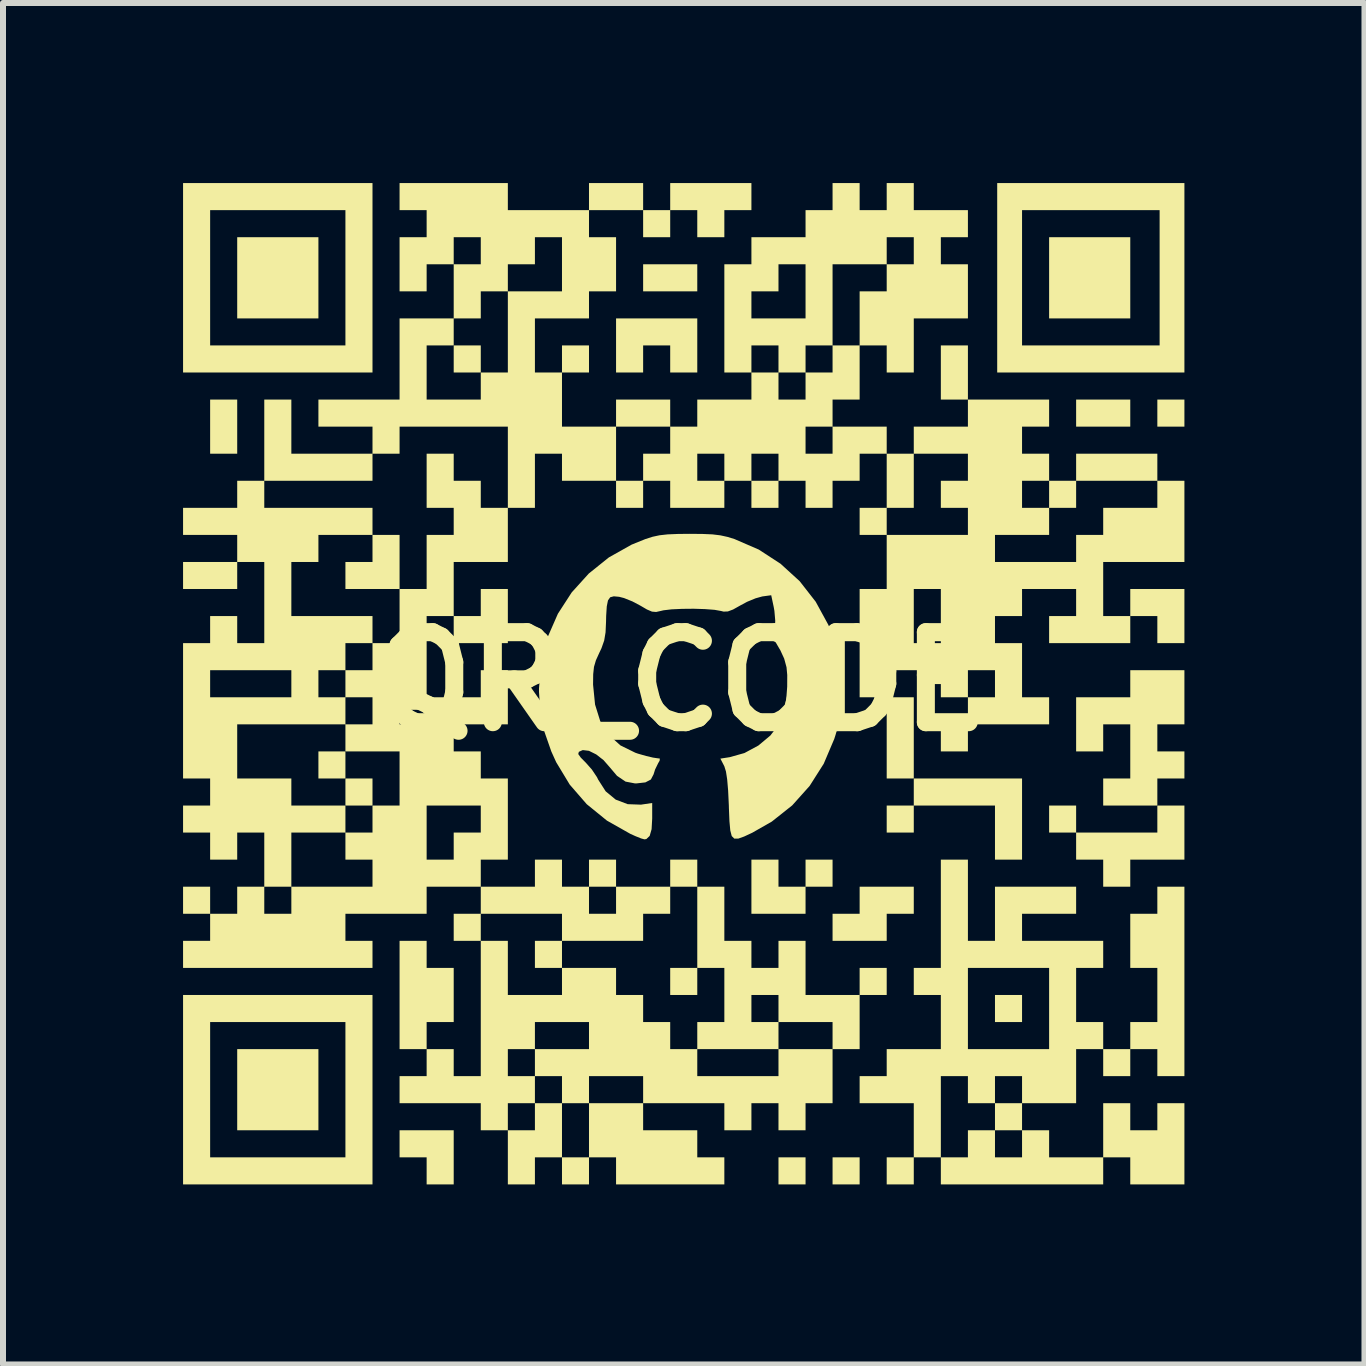
<source format=kicad_pcb>
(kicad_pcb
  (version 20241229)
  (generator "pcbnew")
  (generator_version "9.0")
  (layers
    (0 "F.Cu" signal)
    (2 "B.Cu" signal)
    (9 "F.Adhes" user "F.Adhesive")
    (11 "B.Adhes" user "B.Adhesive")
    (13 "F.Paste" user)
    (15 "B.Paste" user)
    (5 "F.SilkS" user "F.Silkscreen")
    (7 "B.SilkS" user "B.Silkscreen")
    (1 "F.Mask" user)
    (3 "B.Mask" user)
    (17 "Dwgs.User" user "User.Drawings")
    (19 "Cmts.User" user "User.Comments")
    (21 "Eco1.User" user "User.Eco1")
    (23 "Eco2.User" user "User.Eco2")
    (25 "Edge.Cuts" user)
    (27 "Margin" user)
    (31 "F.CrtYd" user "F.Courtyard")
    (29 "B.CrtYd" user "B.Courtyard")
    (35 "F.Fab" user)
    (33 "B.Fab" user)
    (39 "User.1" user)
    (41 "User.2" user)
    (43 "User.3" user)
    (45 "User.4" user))
  (footprint "QR_CODE"
    (layer "F.Cu")
    (at 8.304 8.304)
    (property "Reference" "QR_CODE" (at 0 0 0) (layer "F.SilkS") (effects (font (size 1.5 1.5) (thickness 0.3))))
    (attr board_only exclude_from_pos_files exclude_from_bom)
    (fp_poly (pts (xy -7.402 -4.246) (xy -7.402 -3.795) (xy -7.628 -3.795) (xy -7.853 -3.795) (xy -7.853 -4.246) (xy -7.853 -4.697) (xy -7.628 -4.697) (xy -7.402 -4.697)) (stroke (width 0) (type solid)) (fill yes) (layer "F.SilkS"))
    (fp_poly (pts (xy -6.049 -6.726) (xy -6.049 -6.049) (xy -6.726 -6.049) (xy -7.402 -6.049) (xy -7.402 -6.726) (xy -7.402 -7.402) (xy -6.726 -7.402) (xy -6.049 -7.402)) (stroke (width 0) (type solid)) (fill yes) (layer "F.SilkS"))
    (fp_poly (pts (xy -6.049 6.801) (xy -6.049 7.477) (xy -6.726 7.477) (xy -7.402 7.477) (xy -7.402 6.801) (xy -7.402 6.125) (xy -6.726 6.125) (xy -6.049 6.125)) (stroke (width 0) (type solid)) (fill yes) (layer "F.SilkS"))
    (fp_poly (pts (xy -5.599 1.39) (xy -5.599 1.616) (xy -5.824 1.616) (xy -6.049 1.616) (xy -6.049 1.39) (xy -6.049 1.165) (xy -5.824 1.165) (xy -5.599 1.165)) (stroke (width 0) (type solid)) (fill yes) (layer "F.SilkS"))
    (fp_poly (pts (xy -5.148 1.841) (xy -5.148 2.067) (xy -5.373 2.067) (xy -5.599 2.067) (xy -5.599 1.841) (xy -5.599 1.616) (xy -5.373 1.616) (xy -5.148 1.616)) (stroke (width 0) (type solid)) (fill yes) (layer "F.SilkS"))
    (fp_poly (pts (xy -3.344 -5.373) (xy -3.344 -5.148) (xy -3.57 -5.148) (xy -3.795 -5.148) (xy -3.795 -5.373) (xy -3.795 -5.599) (xy -3.57 -5.599) (xy -3.344 -5.599)) (stroke (width 0) (type solid)) (fill yes) (layer "F.SilkS"))
    (fp_poly (pts (xy -1.991 4.546) (xy -1.991 4.772) (xy -2.217 4.772) (xy -2.442 4.772) (xy -2.442 4.546) (xy -2.442 4.321) (xy -2.217 4.321) (xy -1.991 4.321)) (stroke (width 0) (type solid)) (fill yes) (layer "F.SilkS"))
    (fp_poly (pts (xy 0.263 -6.726) (xy 0.263 -6.5) (xy -0.188 -6.5) (xy -0.639 -6.5) (xy -0.639 -6.726) (xy -0.639 -6.951) (xy -0.188 -6.951) (xy 0.263 -6.951)) (stroke (width 0) (type solid)) (fill yes) (layer "F.SilkS"))
    (fp_poly (pts (xy 0.263 4.997) (xy 0.263 5.223) (xy 0.038 5.223) (xy -0.188 5.223) (xy -0.188 4.997) (xy -0.188 4.772) (xy 0.038 4.772) (xy 0.263 4.772)) (stroke (width 0) (type solid)) (fill yes) (layer "F.SilkS"))
    (fp_poly (pts (xy 2.067 8.154) (xy 2.067 8.379) (xy 1.841 8.379) (xy 1.616 8.379) (xy 1.616 8.154) (xy 1.616 7.928) (xy 1.841 7.928) (xy 2.067 7.928)) (stroke (width 0) (type solid)) (fill yes) (layer "F.SilkS"))
    (fp_poly (pts (xy 2.968 8.154) (xy 2.968 8.379) (xy 2.743 8.379) (xy 2.517 8.379) (xy 2.517 8.154) (xy 2.517 7.928) (xy 2.743 7.928) (xy 2.968 7.928)) (stroke (width 0) (type solid)) (fill yes) (layer "F.SilkS"))
    (fp_poly (pts (xy 3.87 0.939) (xy 3.87 1.616) (xy 3.645 1.616) (xy 3.419 1.616) (xy 3.419 0.939) (xy 3.419 0.263) (xy 3.645 0.263) (xy 3.87 0.263)) (stroke (width 0) (type solid)) (fill yes) (layer "F.SilkS"))
    (fp_poly (pts (xy 4.772 -5.148) (xy 4.772 -4.697) (xy 4.546 -4.697) (xy 4.321 -4.697) (xy 4.321 -5.148) (xy 4.321 -5.599) (xy 4.546 -5.599) (xy 4.772 -5.599)) (stroke (width 0) (type solid)) (fill yes) (layer "F.SilkS"))
    (fp_poly (pts (xy 5.674 5.448) (xy 5.674 5.674) (xy 5.448 5.674) (xy 5.223 5.674) (xy 5.223 5.448) (xy 5.223 5.223) (xy 5.448 5.223) (xy 5.674 5.223)) (stroke (width 0) (type solid)) (fill yes) (layer "F.SilkS"))
    (fp_poly (pts (xy 7.477 -6.726) (xy 7.477 -6.049) (xy 6.801 -6.049) (xy 6.125 -6.049) (xy 6.125 -6.726) (xy 6.125 -7.402) (xy 6.801 -7.402) (xy 7.477 -7.402)) (stroke (width 0) (type solid)) (fill yes) (layer "F.SilkS"))
    (fp_poly (pts (xy 7.477 -4.471) (xy 7.477 -4.246) (xy 7.026 -4.246) (xy 6.575 -4.246) (xy 6.575 -4.471) (xy 6.575 -4.697) (xy 7.026 -4.697) (xy 7.477 -4.697)) (stroke (width 0) (type solid)) (fill yes) (layer "F.SilkS"))
    (fp_poly (pts (xy 8.379 -4.471) (xy 8.379 -4.246) (xy 8.154 -4.246) (xy 7.928 -4.246) (xy 7.928 -4.471) (xy 7.928 -4.697) (xy 8.154 -4.697) (xy 8.379 -4.697)) (stroke (width 0) (type solid)) (fill yes) (layer "F.SilkS"))
    (fp_poly (pts (xy -4.697 -1.991) (xy -4.697 -1.541) (xy -5.148 -1.541) (xy -5.599 -1.541) (xy -5.599 -1.766) (xy -5.599 -1.991) (xy -5.373 -1.991) (xy -5.148 -1.991) (xy -5.148 -2.217) (xy -5.148 -2.442) (xy -4.922 -2.442) (xy -4.697 -2.442)) (stroke (width 0) (type solid)) (fill yes) (layer "F.SilkS"))
    (fp_poly (pts (xy -3.795 7.928) (xy -3.795 8.379) (xy -4.02 8.379) (xy -4.246 8.379) (xy -4.246 8.154) (xy -4.246 7.928) (xy -4.471 7.928) (xy -4.697 7.928) (xy -4.697 7.703) (xy -4.697 7.477) (xy -4.246 7.477) (xy -3.795 7.477)) (stroke (width 0) (type solid)) (fill yes) (layer "F.SilkS"))
    (fp_poly (pts (xy -4.246 4.546) (xy -4.246 4.772) (xy -4.02 4.772) (xy -3.795 4.772) (xy -3.795 5.223) (xy -3.795 5.674) (xy -4.02 5.674) (xy -4.246 5.674) (xy -4.246 5.899) (xy -4.246 6.125) (xy -4.471 6.125) (xy -4.697 6.125) (xy -4.697 5.223) (xy -4.697 4.321) (xy -4.471 4.321) (xy -4.246 4.321)) (stroke (width 0) (type solid)) (fill yes) (layer "F.SilkS"))
    (fp_poly (pts (xy 0.263 -5.599) (xy 0.263 -5.148) (xy 0.038 -5.148) (xy -0.188 -5.148) (xy -0.188 -5.373) (xy -0.188 -5.599) (xy -0.413 -5.599) (xy -0.639 -5.599) (xy -0.639 -5.373) (xy -0.639 -5.148) (xy -0.864 -5.148) (xy -1.09 -5.148) (xy -1.09 -5.599) (xy -1.09 -6.049) (xy -0.413 -6.049) (xy 0.263 -6.049)) (stroke (width 0) (type solid)) (fill yes) (layer "F.SilkS"))
    (fp_poly (pts (xy 3.87 3.645) (xy 3.87 3.87) (xy 3.645 3.87) (xy 3.419 3.87) (xy 3.419 4.096) (xy 3.419 4.321) (xy 2.968 4.321) (xy 2.517 4.321) (xy 2.517 4.096) (xy 2.517 3.87) (xy 2.743 3.87) (xy 2.968 3.87) (xy 2.968 3.645) (xy 2.968 3.419) (xy 3.419 3.419) (xy 3.87 3.419)) (stroke (width 0) (type solid)) (fill yes) (layer "F.SilkS"))
    (fp_poly (pts (xy -5.148 -6.726) (xy -5.148 -5.148) (xy -6.726 -5.148) (xy -8.304 -5.148) (xy -8.304 -6.726) (xy -7.853 -6.726) (xy -7.853 -5.599) (xy -6.726 -5.599) (xy -5.599 -5.599) (xy -5.599 -6.726) (xy -5.599 -7.853) (xy -6.726 -7.853) (xy -7.853 -7.853) (xy -7.853 -6.726) (xy -8.304 -6.726) (xy -8.304 -8.304) (xy -6.726 -8.304) (xy -5.148 -8.304)) (stroke (width 0) (type solid)) (fill yes) (layer "F.SilkS"))
    (fp_poly (pts (xy -5.148 6.801) (xy -5.148 8.379) (xy -6.726 8.379) (xy -8.304 8.379) (xy -8.304 6.801) (xy -7.853 6.801) (xy -7.853 7.928) (xy -6.726 7.928) (xy -5.599 7.928) (xy -5.599 6.801) (xy -5.599 5.674) (xy -6.726 5.674) (xy -7.853 5.674) (xy -7.853 6.801) (xy -8.304 6.801) (xy -8.304 5.223) (xy -6.726 5.223) (xy -5.148 5.223)) (stroke (width 0) (type solid)) (fill yes) (layer "F.SilkS"))
    (fp_poly (pts (xy 8.379 -6.726) (xy 8.379 -5.148) (xy 6.82 -5.148) (xy 5.26 -5.148) (xy 5.26 -6.726) (xy 5.674 -6.726) (xy 5.674 -5.599) (xy 6.82 -5.599) (xy 7.966 -5.599) (xy 7.966 -6.726) (xy 7.966 -7.853) (xy 6.82 -7.853) (xy 5.674 -7.853) (xy 5.674 -6.726) (xy 5.26 -6.726) (xy 5.26 -8.304) (xy 6.82 -8.304) (xy 8.379 -8.304)) (stroke (width 0) (type solid)) (fill yes) (layer "F.SilkS"))
    (fp_poly (pts (xy 1.616 3.194) (xy 1.616 3.419) (xy 1.841 3.419) (xy 2.067 3.419) (xy 2.067 3.194) (xy 2.067 2.968) (xy 2.292 2.968) (xy 2.517 2.968) (xy 2.517 3.194) (xy 2.517 3.419) (xy 2.292 3.419) (xy 2.067 3.419) (xy 2.067 3.645) (xy 2.067 3.87) (xy 1.616 3.87) (xy 1.165 3.87) (xy 1.165 3.419) (xy 1.165 2.968) (xy 1.39 2.968) (xy 1.616 2.968)) (stroke (width 0) (type solid)) (fill yes) (layer "F.SilkS"))
    (fp_poly (pts (xy 5.674 2.292) (xy 5.674 2.968) (xy 5.448 2.968) (xy 5.223 2.968) (xy 5.223 2.517) (xy 5.223 2.067) (xy 4.546 2.067) (xy 3.87 2.067) (xy 3.87 2.292) (xy 3.87 2.517) (xy 3.645 2.517) (xy 3.419 2.517) (xy 3.419 2.292) (xy 3.419 2.067) (xy 3.645 2.067) (xy 3.87 2.067) (xy 3.87 1.841) (xy 3.87 1.616) (xy 4.772 1.616) (xy 5.674 1.616)) (stroke (width 0) (type solid)) (fill yes) (layer "F.SilkS"))
    (fp_poly (pts (xy 6.575 2.292) (xy 6.575 2.517) (xy 7.252 2.517) (xy 7.928 2.517) (xy 7.928 2.292) (xy 7.928 2.067) (xy 8.154 2.067) (xy 8.379 2.067) (xy 8.379 2.517) (xy 8.379 2.968) (xy 7.928 2.968) (xy 7.477 2.968) (xy 7.477 3.194) (xy 7.477 3.419) (xy 7.252 3.419) (xy 7.026 3.419) (xy 7.026 3.194) (xy 7.026 2.968) (xy 6.801 2.968) (xy 6.575 2.968) (xy 6.575 2.743) (xy 6.575 2.517) (xy 6.35 2.517) (xy 6.125 2.517) (xy 6.125 2.292) (xy 6.125 2.067) (xy 6.35 2.067) (xy 6.575 2.067)) (stroke (width 0) (type solid)) (fill yes) (layer "F.SilkS"))
    (fp_poly (pts (xy 8.379 0.263) (xy 8.379 0.714) (xy 8.154 0.714) (xy 7.928 0.714) (xy 7.928 0.939) (xy 7.928 1.165) (xy 8.154 1.165) (xy 8.379 1.165) (xy 8.379 1.39) (xy 8.379 1.616) (xy 8.154 1.616) (xy 7.928 1.616) (xy 7.928 1.841) (xy 7.928 2.067) (xy 7.477 2.067) (xy 7.026 2.067) (xy 7.026 1.841) (xy 7.026 1.616) (xy 7.252 1.616) (xy 7.477 1.616) (xy 7.477 1.165) (xy 7.477 0.714) (xy 7.252 0.714) (xy 7.026 0.714) (xy 7.026 0.939) (xy 7.026 1.165) (xy 6.801 1.165) (xy 6.575 1.165) (xy 6.575 0.714) (xy 6.575 0.263) (xy 7.026 0.263) (xy 7.477 0.263) (xy 7.477 0.038) (xy 7.477 -0.188) (xy 7.928 -0.188) (xy 8.379 -0.188)) (stroke (width 0) (type solid)) (fill yes) (layer "F.SilkS"))
    (fp_poly (pts (xy 0.351 -2.458) (xy 0.516 -2.451) (xy 0.647 -2.435) (xy 0.766 -2.409) (xy 0.883 -2.373) (xy 1.287 -2.198) (xy 1.65 -1.962) (xy 1.969 -1.671) (xy 2.236 -1.329) (xy 2.448 -0.941) (xy 2.547 -0.687) (xy 2.588 -0.558) (xy 2.615 -0.443) (xy 2.632 -0.321) (xy 2.641 -0.174) (xy 2.645 0.02) (xy 2.645 0.132) (xy 2.643 0.353) (xy 2.637 0.519) (xy 2.624 0.651) (xy 2.602 0.767) (xy 2.567 0.889) (xy 2.545 0.958) (xy 2.37 1.37) (xy 2.135 1.74) (xy 1.845 2.064) (xy 1.505 2.334) (xy 1.179 2.52) (xy 1.044 2.583) (xy 0.946 2.618) (xy 0.88 2.618) (xy 0.837 2.575) (xy 0.813 2.482) (xy 0.799 2.329) (xy 0.79 2.111) (xy 0.789 2.066) (xy 0.777 1.816) (xy 0.761 1.63) (xy 0.741 1.5) (xy 0.714 1.413) (xy 0.709 1.403) (xy 0.648 1.285) (xy 0.803 1.261) (xy 1.049 1.192) (xy 1.281 1.067) (xy 1.481 0.9) (xy 1.632 0.703) (xy 1.679 0.609) (xy 1.718 0.473) (xy 1.746 0.29) (xy 1.761 0.087) (xy 1.762 -0.108) (xy 1.75 -0.237) (xy 1.711 -0.381) (xy 1.646 -0.522) (xy 1.629 -0.55) (xy 1.568 -0.655) (xy 1.548 -0.752) (xy 1.556 -0.867) (xy 1.562 -1.013) (xy 1.548 -1.176) (xy 1.537 -1.239) (xy 1.495 -1.437) (xy 1.347 -1.417) (xy 1.235 -1.386) (xy 1.094 -1.328) (xy 0.984 -1.269) (xy 0.859 -1.199) (xy 0.773 -1.167) (xy 0.702 -1.164) (xy 0.657 -1.175) (xy 0.55 -1.194) (xy 0.391 -1.206) (xy 0.204 -1.212) (xy 0.011 -1.21) (xy -0.165 -1.202) (xy -0.3 -1.186) (xy -0.342 -1.176) (xy -0.423 -1.158) (xy -0.492 -1.164) (xy -0.576 -1.2) (xy -0.682 -1.262) (xy -0.818 -1.334) (xy -0.957 -1.39) (xy -1.039 -1.411) (xy -1.128 -1.419) (xy -1.188 -1.403) (xy -1.225 -1.35) (xy -1.245 -1.25) (xy -1.255 -1.091) (xy -1.257 -0.996) (xy -1.265 -0.818) (xy -1.288 -0.682) (xy -1.333 -0.554) (xy -1.37 -0.476) (xy -1.426 -0.352) (xy -1.458 -0.243) (xy -1.471 -0.121) (xy -1.473 0.046) (xy -1.473 0.054) (xy -1.44 0.384) (xy -1.353 0.663) (xy -1.212 0.89) (xy -1.017 1.065) (xy -0.769 1.187) (xy -0.726 1.202) (xy -0.59 1.241) (xy -0.475 1.268) (xy -0.408 1.278) (xy -0.361 1.284) (xy -0.364 1.319) (xy -0.389 1.362) (xy -0.44 1.467) (xy -0.465 1.547) (xy -0.51 1.633) (xy -0.601 1.681) (xy -0.75 1.698) (xy -0.775 1.698) (xy -0.932 1.668) (xy -1.074 1.572) (xy -1.195 1.429) (xy -1.299 1.31) (xy -1.421 1.215) (xy -1.542 1.155) (xy -1.642 1.143) (xy -1.653 1.146) (xy -1.71 1.172) (xy -1.72 1.209) (xy -1.678 1.268) (xy -1.592 1.355) (xy -1.493 1.467) (xy -1.408 1.594) (xy -1.388 1.635) (xy -1.263 1.83) (xy -1.096 1.968) (xy -0.896 2.044) (xy -0.675 2.052) (xy -0.655 2.049) (xy -0.488 2.024) (xy -0.488 2.282) (xy -0.498 2.461) (xy -0.53 2.573) (xy -0.585 2.625) (xy -0.618 2.63) (xy -0.672 2.615) (xy -0.769 2.576) (xy -0.853 2.538) (xy -1.242 2.318) (xy -1.579 2.044) (xy -1.862 1.718) (xy -2.088 1.344) (xy -2.169 1.165) (xy -2.285 0.833) (xy -2.351 0.515) (xy -2.374 0.173) (xy -2.374 0.115) (xy -2.337 -0.322) (xy -2.23 -0.739) (xy -2.059 -1.129) (xy -1.829 -1.484) (xy -1.544 -1.799) (xy -1.21 -2.067) (xy -0.831 -2.28) (xy -0.601 -2.373) (xy -0.482 -2.411) (xy -0.366 -2.436) (xy -0.232 -2.451) (xy -0.06 -2.458) (xy 0.132 -2.46)) (stroke (width 0) (type solid)) (fill yes) (layer "F.SilkS"))
    (fp_poly (pts (xy 4.772 3.645) (xy 4.772 4.321) (xy 4.997 4.321) (xy 5.223 4.321) (xy 5.223 3.87) (xy 5.223 3.419) (xy 5.899 3.419) (xy 6.575 3.419) (xy 6.575 3.645) (xy 6.575 3.87) (xy 6.125 3.87) (xy 5.674 3.87) (xy 5.674 4.096) (xy 5.674 4.321) (xy 6.35 4.321) (xy 7.026 4.321) (xy 7.026 4.546) (xy 7.026 4.772) (xy 6.801 4.772) (xy 6.575 4.772) (xy 6.575 5.223) (xy 6.575 5.674) (xy 6.801 5.674) (xy 7.026 5.674) (xy 7.026 5.899) (xy 7.026 6.125) (xy 7.252 6.125) (xy 7.477 6.125) (xy 7.477 5.899) (xy 7.477 5.674) (xy 7.703 5.674) (xy 7.928 5.674) (xy 7.928 5.223) (xy 7.928 4.772) (xy 7.703 4.772) (xy 7.477 4.772) (xy 7.477 4.321) (xy 7.477 3.87) (xy 7.703 3.87) (xy 7.928 3.87) (xy 7.928 3.645) (xy 7.928 3.419) (xy 8.154 3.419) (xy 8.379 3.419) (xy 8.379 4.997) (xy 8.379 6.575) (xy 8.154 6.575) (xy 7.928 6.575) (xy 7.928 6.35) (xy 7.928 6.125) (xy 7.703 6.125) (xy 7.477 6.125) (xy 7.477 6.35) (xy 7.477 6.575) (xy 7.252 6.575) (xy 7.026 6.575) (xy 7.026 6.35) (xy 7.026 6.125) (xy 6.801 6.125) (xy 6.575 6.125) (xy 6.575 6.575) (xy 6.575 7.026) (xy 6.125 7.026) (xy 5.674 7.026) (xy 5.674 7.252) (xy 5.674 7.477) (xy 5.448 7.477) (xy 5.223 7.477) (xy 5.223 7.703) (xy 5.223 7.928) (xy 5.448 7.928) (xy 5.674 7.928) (xy 5.674 7.703) (xy 5.674 7.477) (xy 5.899 7.477) (xy 6.125 7.477) (xy 6.125 7.703) (xy 6.125 7.928) (xy 6.575 7.928) (xy 7.026 7.928) (xy 7.026 7.477) (xy 7.026 7.026) (xy 7.252 7.026) (xy 7.477 7.026) (xy 7.477 7.252) (xy 7.477 7.477) (xy 7.703 7.477) (xy 7.928 7.477) (xy 7.928 7.252) (xy 7.928 7.026) (xy 8.154 7.026) (xy 8.379 7.026) (xy 8.379 7.703) (xy 8.379 8.379) (xy 7.928 8.379) (xy 7.477 8.379) (xy 7.477 8.154) (xy 7.477 7.928) (xy 7.252 7.928) (xy 7.026 7.928) (xy 7.026 8.154) (xy 7.026 8.379) (xy 5.674 8.379) (xy 4.321 8.379) (xy 4.321 8.154) (xy 4.321 7.928) (xy 4.096 7.928) (xy 3.87 7.928) (xy 3.87 8.154) (xy 3.87 8.379) (xy 3.645 8.379) (xy 3.419 8.379) (xy 3.419 8.154) (xy 3.419 7.928) (xy 3.645 7.928) (xy 3.87 7.928) (xy 3.87 7.477) (xy 3.87 7.252) (xy 4.321 7.252) (xy 4.321 7.928) (xy 4.546 7.928) (xy 4.772 7.928) (xy 4.772 7.703) (xy 4.772 7.477) (xy 4.997 7.477) (xy 5.223 7.477) (xy 5.223 7.252) (xy 5.223 7.026) (xy 5.448 7.026) (xy 5.674 7.026) (xy 5.674 6.801) (xy 5.674 6.575) (xy 5.448 6.575) (xy 5.223 6.575) (xy 5.223 6.801) (xy 5.223 7.026) (xy 4.997 7.026) (xy 4.772 7.026) (xy 4.772 6.801) (xy 4.772 6.575) (xy 4.546 6.575) (xy 4.321 6.575) (xy 4.321 7.252) (xy 3.87 7.252) (xy 3.87 7.026) (xy 3.419 7.026) (xy 2.968 7.026) (xy 2.968 6.801) (xy 2.968 6.575) (xy 3.194 6.575) (xy 3.419 6.575) (xy 3.419 6.35) (xy 3.419 6.125) (xy 3.87 6.125) (xy 4.321 6.125) (xy 4.321 5.674) (xy 4.321 5.448) (xy 4.772 5.448) (xy 4.772 6.125) (xy 5.448 6.125) (xy 6.125 6.125) (xy 6.125 5.448) (xy 6.125 4.772) (xy 5.448 4.772) (xy 4.772 4.772) (xy 4.772 5.448) (xy 4.321 5.448) (xy 4.321 5.223) (xy 4.096 5.223) (xy 3.87 5.223) (xy 3.87 4.997) (xy 3.87 4.772) (xy 4.096 4.772) (xy 4.321 4.772) (xy 4.321 3.87) (xy 4.321 2.968) (xy 4.546 2.968) (xy 4.772 2.968)) (stroke (width 0) (type solid)) (fill yes) (layer "F.SilkS"))
    (fp_poly (pts (xy 0.714 3.87) (xy 0.714 4.321) (xy 0.939 4.321) (xy 1.165 4.321) (xy 1.165 4.546) (xy 1.165 4.772) (xy 1.39 4.772) (xy 1.616 4.772) (xy 1.616 4.546) (xy 1.616 4.321) (xy 1.841 4.321) (xy 2.067 4.321) (xy 2.067 4.772) (xy 2.067 5.223) (xy 2.517 5.223) (xy 2.968 5.223) (xy 2.968 4.997) (xy 2.968 4.772) (xy 3.194 4.772) (xy 3.419 4.772) (xy 3.419 4.997) (xy 3.419 5.223) (xy 3.194 5.223) (xy 2.968 5.223) (xy 2.968 5.674) (xy 2.968 6.125) (xy 2.743 6.125) (xy 2.517 6.125) (xy 2.517 6.575) (xy 2.517 7.026) (xy 2.292 7.026) (xy 2.067 7.026) (xy 2.067 7.252) (xy 2.067 7.477) (xy 1.841 7.477) (xy 1.616 7.477) (xy 1.616 7.252) (xy 1.616 7.026) (xy 1.39 7.026) (xy 1.165 7.026) (xy 1.165 7.252) (xy 1.165 7.477) (xy 0.939 7.477) (xy 0.714 7.477) (xy 0.714 7.252) (xy 0.714 7.026) (xy 0.038 7.026) (xy -0.639 7.026) (xy -0.639 7.252) (xy -0.639 7.477) (xy -0.188 7.477) (xy 0.263 7.477) (xy 0.263 7.703) (xy 0.263 7.928) (xy 0.488 7.928) (xy 0.714 7.928) (xy 0.714 8.154) (xy 0.714 8.379) (xy -0.188 8.379) (xy -1.09 8.379) (xy -1.09 8.154) (xy -1.09 7.928) (xy -1.315 7.928) (xy -1.541 7.928) (xy -1.541 8.154) (xy -1.541 8.379) (xy -1.766 8.379) (xy -1.991 8.379) (xy -1.991 8.154) (xy -1.991 7.928) (xy -2.217 7.928) (xy -2.442 7.928) (xy -2.442 8.154) (xy -2.442 8.379) (xy -2.668 8.379) (xy -2.893 8.379) (xy -2.893 7.928) (xy -2.893 7.477) (xy -3.119 7.477) (xy -3.344 7.477) (xy -3.344 7.252) (xy -3.344 7.026) (xy -2.893 7.026) (xy -2.893 7.252) (xy -2.893 7.477) (xy -2.668 7.477) (xy -2.442 7.477) (xy -2.442 7.252) (xy -2.442 7.026) (xy -2.217 7.026) (xy -1.991 7.026) (xy -1.991 7.477) (xy -1.991 7.928) (xy -1.766 7.928) (xy -1.541 7.928) (xy -1.541 7.477) (xy -1.541 7.026) (xy -1.09 7.026) (xy -0.639 7.026) (xy -0.639 6.801) (xy -0.639 6.575) (xy -1.09 6.575) (xy -1.541 6.575) (xy -1.541 6.801) (xy -1.541 7.026) (xy -1.766 7.026) (xy -1.991 7.026) (xy -1.991 6.801) (xy -1.991 6.575) (xy -2.217 6.575) (xy -2.442 6.575) (xy -2.442 6.801) (xy -2.442 7.026) (xy -2.668 7.026) (xy -2.893 7.026) (xy -3.344 7.026) (xy -4.02 7.026) (xy -4.697 7.026) (xy -4.697 6.801) (xy -4.697 6.575) (xy -4.471 6.575) (xy -4.246 6.575) (xy -4.246 6.35) (xy -4.246 6.125) (xy -4.02 6.125) (xy -3.795 6.125) (xy -3.795 6.35) (xy -3.795 6.575) (xy -3.57 6.575) (xy -3.344 6.575) (xy -3.344 6.125) (xy -2.893 6.125) (xy -2.893 6.35) (xy -2.893 6.575) (xy -2.668 6.575) (xy -2.442 6.575) (xy -2.442 6.35) (xy -2.442 6.125) (xy -1.991 6.125) (xy -1.541 6.125) (xy -1.541 5.899) (xy -1.541 5.674) (xy -1.991 5.674) (xy -2.442 5.674) (xy -2.442 5.899) (xy -2.442 6.125) (xy -2.668 6.125) (xy -2.893 6.125) (xy -3.344 6.125) (xy -3.344 5.448) (xy -3.344 4.321) (xy -3.119 4.321) (xy -2.893 4.321) (xy -2.893 4.772) (xy -2.893 5.223) (xy -2.442 5.223) (xy -1.991 5.223) (xy -1.991 4.997) (xy -1.991 4.772) (xy -1.541 4.772) (xy -1.09 4.772) (xy -1.09 4.997) (xy -1.09 5.223) (xy -0.864 5.223) (xy -0.639 5.223) (xy -0.639 5.448) (xy -0.639 5.674) (xy -0.413 5.674) (xy -0.188 5.674) (xy -0.188 5.899) (xy -0.188 6.125) (xy 0.038 6.125) (xy 0.263 6.125) (xy 0.263 6.35) (xy 0.263 6.575) (xy 0.939 6.575) (xy 1.616 6.575) (xy 1.616 6.35) (xy 1.616 6.125) (xy 2.067 6.125) (xy 2.517 6.125) (xy 2.517 5.899) (xy 2.517 5.674) (xy 2.067 5.674) (xy 1.616 5.674) (xy 1.616 5.899) (xy 1.616 6.125) (xy 0.939 6.125) (xy 0.263 6.125) (xy 0.263 5.899) (xy 0.263 5.674) (xy 0.488 5.674) (xy 0.714 5.674) (xy 0.714 5.448) (xy 1.165 5.448) (xy 1.165 5.674) (xy 1.39 5.674) (xy 1.616 5.674) (xy 1.616 5.448) (xy 1.616 5.223) (xy 1.39 5.223) (xy 1.165 5.223) (xy 1.165 5.448) (xy 0.714 5.448) (xy 0.714 5.223) (xy 0.714 4.772) (xy 0.488 4.772) (xy 0.263 4.772) (xy 0.263 4.096) (xy 0.263 3.419) (xy 0.488 3.419) (xy 0.714 3.419)) (stroke (width 0) (type solid)) (fill yes) (layer "F.SilkS"))
    (fp_poly (pts (xy -2.893 -8.078) (xy -2.893 -7.853) (xy -2.217 -7.853) (xy -1.541 -7.853) (xy -1.541 -8.078) (xy -1.541 -8.304) (xy -1.09 -8.304) (xy -0.639 -8.304) (xy -0.639 -8.078) (xy -0.639 -7.853) (xy -0.413 -7.853) (xy -0.188 -7.853) (xy -0.188 -8.078) (xy -0.188 -8.304) (xy 0.488 -8.304) (xy 1.165 -8.304) (xy 1.165 -8.078) (xy 1.165 -7.853) (xy 0.939 -7.853) (xy 0.714 -7.853) (xy 0.714 -7.628) (xy 0.714 -7.402) (xy 0.488 -7.402) (xy 0.263 -7.402) (xy 0.263 -7.628) (xy 0.263 -7.853) (xy 0.038 -7.853) (xy -0.188 -7.853) (xy -0.188 -7.628) (xy -0.188 -7.402) (xy -0.413 -7.402) (xy -0.639 -7.402) (xy -0.639 -7.628) (xy -0.639 -7.853) (xy -1.09 -7.853) (xy -1.541 -7.853) (xy -1.541 -7.628) (xy -1.541 -7.402) (xy -1.315 -7.402) (xy -1.09 -7.402) (xy -1.09 -6.951) (xy -1.09 -6.5) (xy -1.315 -6.5) (xy -1.541 -6.5) (xy -1.541 -6.275) (xy -1.541 -6.049) (xy -1.991 -6.049) (xy -2.442 -6.049) (xy -2.442 -5.599) (xy -2.442 -5.148) (xy -2.217 -5.148) (xy -1.991 -5.148) (xy -1.991 -5.373) (xy -1.991 -5.599) (xy -1.766 -5.599) (xy -1.541 -5.599) (xy -1.541 -5.373) (xy -1.541 -5.148) (xy -1.766 -5.148) (xy -1.991 -5.148) (xy -1.991 -4.697) (xy -1.991 -4.246) (xy -1.541 -4.246) (xy -1.09 -4.246) (xy -1.09 -4.471) (xy -1.09 -4.697) (xy -0.639 -4.697) (xy -0.188 -4.697) (xy -0.188 -4.471) (xy -0.188 -4.246) (xy 0.038 -4.246) (xy 0.263 -4.246) (xy 0.263 -4.471) (xy 0.263 -4.697) (xy 0.714 -4.697) (xy 1.165 -4.697) (xy 1.165 -4.922) (xy 1.165 -5.148) (xy 1.39 -5.148) (xy 1.616 -5.148) (xy 1.616 -4.922) (xy 1.616 -4.697) (xy 1.841 -4.697) (xy 2.067 -4.697) (xy 2.067 -4.922) (xy 2.067 -5.148) (xy 2.292 -5.148) (xy 2.517 -5.148) (xy 2.517 -5.373) (xy 2.517 -5.599) (xy 2.743 -5.599) (xy 2.968 -5.599) (xy 2.968 -6.049) (xy 2.968 -6.5) (xy 3.194 -6.5) (xy 3.419 -6.5) (xy 3.419 -6.726) (xy 3.419 -6.951) (xy 3.645 -6.951) (xy 3.87 -6.951) (xy 3.87 -7.177) (xy 3.87 -7.402) (xy 3.645 -7.402) (xy 3.419 -7.402) (xy 3.419 -7.177) (xy 3.419 -6.951) (xy 2.968 -6.951) (xy 2.517 -6.951) (xy 2.517 -6.275) (xy 2.517 -5.599) (xy 2.292 -5.599) (xy 2.067 -5.599) (xy 2.067 -5.373) (xy 2.067 -5.148) (xy 1.841 -5.148) (xy 1.616 -5.148) (xy 1.616 -5.373) (xy 1.616 -5.599) (xy 1.39 -5.599) (xy 1.165 -5.599) (xy 1.165 -5.373) (xy 1.165 -5.148) (xy 0.939 -5.148) (xy 0.714 -5.148) (xy 0.714 -6.049) (xy 0.714 -6.5) (xy 1.165 -6.5) (xy 1.165 -6.275) (xy 1.165 -6.049) (xy 1.616 -6.049) (xy 2.067 -6.049) (xy 2.067 -6.5) (xy 2.067 -6.951) (xy 1.841 -6.951) (xy 1.616 -6.951) (xy 1.616 -6.726) (xy 1.616 -6.5) (xy 1.39 -6.5) (xy 1.165 -6.5) (xy 0.714 -6.5) (xy 0.714 -6.951) (xy 0.939 -6.951) (xy 1.165 -6.951) (xy 1.165 -7.177) (xy 1.165 -7.402) (xy 1.616 -7.402) (xy 2.067 -7.402) (xy 2.067 -7.628) (xy 2.067 -7.853) (xy 2.292 -7.853) (xy 2.517 -7.853) (xy 2.517 -8.078) (xy 2.517 -8.304) (xy 2.743 -8.304) (xy 2.968 -8.304) (xy 2.968 -8.078) (xy 2.968 -7.853) (xy 3.194 -7.853) (xy 3.419 -7.853) (xy 3.419 -8.078) (xy 3.419 -8.304) (xy 3.645 -8.304) (xy 3.87 -8.304) (xy 3.87 -8.078) (xy 3.87 -7.853) (xy 4.321 -7.853) (xy 4.772 -7.853) (xy 4.772 -7.628) (xy 4.772 -7.402) (xy 4.546 -7.402) (xy 4.321 -7.402) (xy 4.321 -7.177) (xy 4.321 -6.951) (xy 4.546 -6.951) (xy 4.772 -6.951) (xy 4.772 -6.5) (xy 4.772 -6.049) (xy 4.321 -6.049) (xy 3.87 -6.049) (xy 3.87 -5.599) (xy 3.87 -5.148) (xy 3.645 -5.148) (xy 3.419 -5.148) (xy 3.419 -5.373) (xy 3.419 -5.599) (xy 3.194 -5.599) (xy 2.968 -5.599) (xy 2.968 -5.148) (xy 2.968 -4.697) (xy 2.743 -4.697) (xy 2.517 -4.697) (xy 2.517 -4.471) (xy 2.517 -4.246) (xy 2.292 -4.246) (xy 2.067 -4.246) (xy 2.067 -4.02) (xy 2.067 -3.795) (xy 2.292 -3.795) (xy 2.517 -3.795) (xy 2.517 -4.02) (xy 2.517 -4.246) (xy 2.968 -4.246) (xy 3.419 -4.246) (xy 3.419 -4.02) (xy 3.419 -3.795) (xy 3.645 -3.795) (xy 3.87 -3.795) (xy 3.87 -4.02) (xy 3.87 -4.246) (xy 4.321 -4.246) (xy 4.772 -4.246) (xy 4.772 -4.471) (xy 4.772 -4.697) (xy 5.448 -4.697) (xy 6.125 -4.697) (xy 6.125 -4.471) (xy 6.125 -4.246) (xy 5.899 -4.246) (xy 5.674 -4.246) (xy 5.674 -4.02) (xy 5.674 -3.795) (xy 5.899 -3.795) (xy 6.125 -3.795) (xy 6.125 -3.57) (xy 6.125 -3.344) (xy 6.35 -3.344) (xy 6.575 -3.344) (xy 6.575 -3.57) (xy 6.575 -3.795) (xy 7.252 -3.795) (xy 7.928 -3.795) (xy 7.928 -3.57) (xy 7.928 -3.344) (xy 7.252 -3.344) (xy 6.575 -3.344) (xy 6.575 -3.119) (xy 6.575 -2.893) (xy 6.35 -2.893) (xy 6.125 -2.893) (xy 6.125 -3.119) (xy 6.125 -3.344) (xy 5.899 -3.344) (xy 5.674 -3.344) (xy 5.674 -3.119) (xy 5.674 -2.893) (xy 5.899 -2.893) (xy 6.125 -2.893) (xy 6.125 -2.668) (xy 6.125 -2.442) (xy 5.674 -2.442) (xy 5.223 -2.442) (xy 5.223 -2.217) (xy 5.223 -1.991) (xy 5.899 -1.991) (xy 6.575 -1.991) (xy 6.575 -2.217) (xy 6.575 -2.442) (xy 6.801 -2.442) (xy 7.026 -2.442) (xy 7.026 -2.668) (xy 7.026 -2.893) (xy 7.477 -2.893) (xy 7.928 -2.893) (xy 7.928 -3.119) (xy 7.928 -3.344) (xy 8.154 -3.344) (xy 8.379 -3.344) (xy 8.379 -2.668) (xy 8.379 -1.991) (xy 7.703 -1.991) (xy 7.026 -1.991) (xy 7.026 -1.541) (xy 7.026 -1.09) (xy 7.252 -1.09) (xy 7.477 -1.09) (xy 7.477 -1.315) (xy 7.477 -1.541) (xy 7.928 -1.541) (xy 8.379 -1.541) (xy 8.379 -1.09) (xy 8.379 -0.639) (xy 8.154 -0.639) (xy 7.928 -0.639) (xy 7.928 -0.864) (xy 7.928 -1.09) (xy 7.703 -1.09) (xy 7.477 -1.09) (xy 7.477 -0.864) (xy 7.477 -0.639) (xy 6.801 -0.639) (xy 6.125 -0.639) (xy 6.125 -0.864) (xy 6.125 -1.09) (xy 6.35 -1.09) (xy 6.575 -1.09) (xy 6.575 -1.315) (xy 6.575 -1.541) (xy 6.125 -1.541) (xy 5.674 -1.541) (xy 5.674 -1.315) (xy 5.674 -1.09) (xy 5.448 -1.09) (xy 5.223 -1.09) (xy 5.223 -0.864) (xy 5.223 -0.639) (xy 5.448 -0.639) (xy 5.674 -0.639) (xy 5.674 -0.188) (xy 5.674 0.263) (xy 5.899 0.263) (xy 6.125 0.263) (xy 6.125 0.488) (xy 6.125 0.714) (xy 5.448 0.714) (xy 4.772 0.714) (xy 4.772 0.939) (xy 4.772 1.165) (xy 4.546 1.165) (xy 4.321 1.165) (xy 4.321 0.939) (xy 4.321 0.714) (xy 4.546 0.714) (xy 4.772 0.714) (xy 4.772 0.488) (xy 4.772 0.263) (xy 4.546 0.263) (xy 4.321 0.263) (xy 4.321 0.038) (xy 4.772 0.038) (xy 4.772 0.263) (xy 4.997 0.263) (xy 5.223 0.263) (xy 5.223 0.038) (xy 5.223 -0.188) (xy 4.997 -0.188) (xy 4.772 -0.188) (xy 4.772 0.038) (xy 4.321 0.038) (xy 4.321 -0.188) (xy 3.87 -0.188) (xy 3.419 -0.188) (xy 3.419 0.038) (xy 3.419 0.263) (xy 3.194 0.263) (xy 2.968 0.263) (xy 2.968 -0.639) (xy 2.968 -1.09) (xy 3.87 -1.09) (xy 3.87 -0.639) (xy 4.096 -0.639) (xy 4.321 -0.639) (xy 4.321 -1.09) (xy 4.321 -1.541) (xy 4.096 -1.541) (xy 3.87 -1.541) (xy 3.87 -1.09) (xy 2.968 -1.09) (xy 2.968 -1.541) (xy 3.194 -1.541) (xy 3.419 -1.541) (xy 3.419 -1.991) (xy 3.419 -2.442) (xy 3.194 -2.442) (xy 2.968 -2.442) (xy 2.968 -2.668) (xy 2.968 -2.893) (xy 3.194 -2.893) (xy 3.419 -2.893) (xy 3.419 -2.668) (xy 3.419 -2.442) (xy 4.096 -2.442) (xy 4.772 -2.442) (xy 4.772 -2.668) (xy 4.772 -2.893) (xy 4.546 -2.893) (xy 4.321 -2.893) (xy 4.321 -3.119) (xy 4.321 -3.344) (xy 4.546 -3.344) (xy 4.772 -3.344) (xy 4.772 -3.57) (xy 4.772 -3.795) (xy 4.321 -3.795) (xy 3.87 -3.795) (xy 3.87 -3.344) (xy 3.87 -2.893) (xy 3.645 -2.893) (xy 3.419 -2.893) (xy 3.419 -3.344) (xy 3.419 -3.795) (xy 3.194 -3.795) (xy 2.968 -3.795) (xy 2.968 -3.57) (xy 2.968 -3.344) (xy 2.743 -3.344) (xy 2.517 -3.344) (xy 2.517 -3.119) (xy 2.517 -2.893) (xy 2.292 -2.893) (xy 2.067 -2.893) (xy 2.067 -3.119) (xy 2.067 -3.344) (xy 1.841 -3.344) (xy 1.616 -3.344) (xy 1.616 -3.119) (xy 1.616 -2.893) (xy 1.39 -2.893) (xy 1.165 -2.893) (xy 1.165 -3.119) (xy 1.165 -3.344) (xy 0.939 -3.344) (xy 0.714 -3.344) (xy 0.714 -3.119) (xy 0.714 -2.893) (xy 0.263 -2.893) (xy -0.188 -2.893) (xy -0.188 -3.119) (xy -0.188 -3.344) (xy -0.413 -3.344) (xy -0.639 -3.344) (xy -0.639 -3.119) (xy -0.639 -2.893) (xy -0.864 -2.893) (xy -1.09 -2.893) (xy -1.09 -3.119) (xy -1.09 -3.344) (xy -1.541 -3.344) (xy -1.991 -3.344) (xy -1.991 -3.57) (xy -1.991 -3.795) (xy -1.09 -3.795) (xy -1.09 -3.344) (xy -0.864 -3.344) (xy -0.639 -3.344) (xy -0.639 -3.57) (xy 0.263 -3.57) (xy 0.263 -3.344) (xy 0.488 -3.344) (xy 0.714 -3.344) (xy 0.714 -3.57) (xy 1.165 -3.57) (xy 1.165 -3.344) (xy 1.39 -3.344) (xy 1.616 -3.344) (xy 1.616 -3.57) (xy 1.616 -3.795) (xy 1.39 -3.795) (xy 1.165 -3.795) (xy 1.165 -3.57) (xy 0.714 -3.57) (xy 0.714 -3.795) (xy 0.488 -3.795) (xy 0.263 -3.795) (xy 0.263 -3.57) (xy -0.639 -3.57) (xy -0.639 -3.795) (xy -0.413 -3.795) (xy -0.188 -3.795) (xy -0.188 -4.02) (xy -0.188 -4.246) (xy -0.639 -4.246) (xy -1.09 -4.246) (xy -1.09 -3.795) (xy -1.991 -3.795) (xy -2.217 -3.795) (xy -2.442 -3.795) (xy -2.442 -3.344) (xy -2.442 -2.893) (xy -2.668 -2.893) (xy -2.893 -2.893) (xy -2.893 -2.442) (xy -2.893 -1.991) (xy -3.344 -1.991) (xy -3.795 -1.991) (xy -3.795 -1.541) (xy -3.795 -1.09) (xy -3.57 -1.09) (xy -3.344 -1.09) (xy -3.344 -1.315) (xy -3.344 -1.541) (xy -3.119 -1.541) (xy -2.893 -1.541) (xy -2.893 -1.09) (xy -2.893 -0.639) (xy -3.344 -0.639) (xy -3.795 -0.639) (xy -3.795 -0.864) (xy -3.795 -1.09) (xy -4.02 -1.09) (xy -4.246 -1.09) (xy -4.246 -0.413) (xy -4.246 0.263) (xy -3.795 0.263) (xy -3.344 0.263) (xy -3.344 0.038) (xy -3.344 -0.188) (xy -3.119 -0.188) (xy -2.893 -0.188) (xy -2.893 0.263) (xy -2.893 0.714) (xy -3.344 0.714) (xy -3.795 0.714) (xy -3.795 0.939) (xy -3.795 1.165) (xy -3.57 1.165) (xy -3.344 1.165) (xy -3.344 1.39) (xy -3.344 1.616) (xy -3.119 1.616) (xy -2.893 1.616) (xy -2.893 2.292) (xy -2.893 2.968) (xy -3.119 2.968) (xy -3.344 2.968) (xy -3.344 3.194) (xy -3.344 3.419) (xy -2.893 3.419) (xy -2.442 3.419) (xy -2.442 3.194) (xy -2.442 2.968) (xy -2.217 2.968) (xy -1.991 2.968) (xy -1.991 3.194) (xy -1.991 3.419) (xy -1.766 3.419) (xy -1.541 3.419) (xy -1.541 3.194) (xy -1.541 2.968) (xy -1.315 2.968) (xy -1.09 2.968) (xy -1.09 3.194) (xy -1.09 3.419) (xy -0.639 3.419) (xy -0.188 3.419) (xy -0.188 3.194) (xy -0.188 2.968) (xy 0.038 2.968) (xy 0.263 2.968) (xy 0.263 3.194) (xy 0.263 3.419) (xy 0.038 3.419) (xy -0.188 3.419) (xy -0.188 3.645) (xy -0.188 3.87) (xy -0.413 3.87) (xy -0.639 3.87) (xy -0.639 4.096) (xy -0.639 4.321) (xy -1.315 4.321) (xy -1.991 4.321) (xy -1.991 4.096) (xy -1.991 3.87) (xy -2.668 3.87) (xy -3.344 3.87) (xy -3.344 4.096) (xy -3.344 4.321) (xy -3.57 4.321) (xy -3.795 4.321) (xy -3.795 4.096) (xy -3.795 3.87) (xy -3.57 3.87) (xy -3.344 3.87) (xy -3.344 3.645) (xy -1.541 3.645) (xy -1.541 3.87) (xy -1.315 3.87) (xy -1.09 3.87) (xy -1.09 3.645) (xy -1.09 3.419) (xy -1.315 3.419) (xy -1.541 3.419) (xy -1.541 3.645) (xy -3.344 3.645) (xy -3.344 3.419) (xy -3.795 3.419) (xy -4.246 3.419) (xy -4.246 3.645) (xy -4.246 3.87) (xy -4.922 3.87) (xy -5.599 3.87) (xy -5.599 4.096) (xy -5.599 4.321) (xy -5.373 4.321) (xy -5.148 4.321) (xy -5.148 4.546) (xy -5.148 4.772) (xy -6.726 4.772) (xy -8.304 4.772) (xy -8.304 4.546) (xy -8.304 4.321) (xy -8.078 4.321) (xy -7.853 4.321) (xy -7.853 4.096) (xy -7.853 3.87) (xy -8.078 3.87) (xy -8.304 3.87) (xy -8.304 3.645) (xy -8.304 3.419) (xy -8.078 3.419) (xy -7.853 3.419) (xy -7.853 3.645) (xy -7.853 3.87) (xy -7.628 3.87) (xy -7.402 3.87) (xy -7.402 3.645) (xy -7.402 3.419) (xy -7.177 3.419) (xy -6.951 3.419) (xy -6.951 2.968) (xy -6.951 2.517) (xy -7.177 2.517) (xy -7.402 2.517) (xy -7.402 2.743) (xy -7.402 2.968) (xy -7.628 2.968) (xy -7.853 2.968) (xy -7.853 2.743) (xy -7.853 2.517) (xy -8.078 2.517) (xy -8.304 2.517) (xy -8.304 2.292) (xy -8.304 2.067) (xy -8.078 2.067) (xy -7.853 2.067) (xy -7.853 1.841) (xy -7.853 1.616) (xy -8.078 1.616) (xy -8.304 1.616) (xy -8.304 0.714) (xy -7.402 0.714) (xy -7.402 1.165) (xy -7.402 1.616) (xy -6.951 1.616) (xy -6.5 1.616) (xy -6.5 1.841) (xy -6.5 2.067) (xy -6.049 2.067) (xy -5.599 2.067) (xy -5.599 2.292) (xy -5.599 2.517) (xy -6.049 2.517) (xy -6.5 2.517) (xy -6.5 2.968) (xy -6.5 3.419) (xy -6.726 3.419) (xy -6.951 3.419) (xy -6.951 3.645) (xy -6.951 3.87) (xy -6.726 3.87) (xy -6.5 3.87) (xy -6.5 3.645) (xy -6.5 3.419) (xy -5.824 3.419) (xy -5.148 3.419) (xy -5.148 3.194) (xy -5.148 2.968) (xy -5.373 2.968) (xy -5.599 2.968) (xy -5.599 2.743) (xy -5.599 2.517) (xy -5.373 2.517) (xy -5.148 2.517) (xy -4.246 2.517) (xy -4.246 2.968) (xy -4.02 2.968) (xy -3.795 2.968) (xy -3.795 2.743) (xy -3.795 2.517) (xy -3.57 2.517) (xy -3.344 2.517) (xy -3.344 2.292) (xy -3.344 2.067) (xy -3.795 2.067) (xy -4.246 2.067) (xy -4.246 2.517) (xy -5.148 2.517) (xy -5.148 2.292) (xy -5.148 2.067) (xy -4.922 2.067) (xy -4.697 2.067) (xy -4.697 1.616) (xy -4.697 1.165) (xy -5.148 1.165) (xy -5.599 1.165) (xy -5.599 0.939) (xy -5.599 0.714) (xy -5.373 0.714) (xy -5.148 0.714) (xy -5.148 0.488) (xy -4.697 0.488) (xy -4.697 0.714) (xy -4.471 0.714) (xy -4.246 0.714) (xy -4.246 0.488) (xy -4.246 0.263) (xy -4.471 0.263) (xy -4.697 0.263) (xy -4.697 0.488) (xy -5.148 0.488) (xy -5.148 0.263) (xy -5.373 0.263) (xy -5.599 0.263) (xy -5.599 0.488) (xy -5.599 0.714) (xy -6.5 0.714) (xy -7.402 0.714) (xy -8.304 0.714) (xy -8.304 0.488) (xy -8.304 0.038) (xy -7.853 0.038) (xy -7.853 0.263) (xy -7.177 0.263) (xy -6.5 0.263) (xy -6.5 0.038) (xy -6.5 -0.188) (xy -7.177 -0.188) (xy -7.853 -0.188) (xy -7.853 0.038) (xy -8.304 0.038) (xy -8.304 -0.639) (xy -8.078 -0.639) (xy -7.853 -0.639) (xy -7.853 -0.864) (xy -7.853 -1.09) (xy -7.628 -1.09) (xy -7.402 -1.09) (xy -7.402 -0.864) (xy -7.402 -0.639) (xy -7.177 -0.639) (xy -6.951 -0.639) (xy -6.951 -1.315) (xy -6.951 -1.991) (xy -7.177 -1.991) (xy -7.402 -1.991) (xy -7.402 -1.766) (xy -7.402 -1.541) (xy -7.853 -1.541) (xy -8.304 -1.541) (xy -8.304 -1.766) (xy -8.304 -1.991) (xy -7.853 -1.991) (xy -7.402 -1.991) (xy -7.402 -2.217) (xy -7.402 -2.442) (xy -7.853 -2.442) (xy -8.304 -2.442) (xy -8.304 -2.668) (xy -8.304 -2.893) (xy -7.853 -2.893) (xy -7.402 -2.893) (xy -7.402 -3.119) (xy -7.402 -3.344) (xy -7.177 -3.344) (xy -6.951 -3.344) (xy -6.951 -3.119) (xy -6.951 -2.893) (xy -6.049 -2.893) (xy -5.148 -2.893) (xy -5.148 -2.668) (xy -5.148 -2.442) (xy -5.599 -2.442) (xy -6.049 -2.442) (xy -6.049 -2.217) (xy -6.049 -1.991) (xy -6.275 -1.991) (xy -6.5 -1.991) (xy -6.5 -1.541) (xy -6.5 -1.09) (xy -5.824 -1.09) (xy -5.148 -1.09) (xy -5.148 -0.864) (xy -5.148 -0.639) (xy -5.373 -0.639) (xy -5.599 -0.639) (xy -5.599 -0.413) (xy -5.599 -0.188) (xy -5.824 -0.188) (xy -6.049 -0.188) (xy -6.049 0.038) (xy -6.049 0.263) (xy -5.824 0.263) (xy -5.599 0.263) (xy -5.599 0.038) (xy -5.599 -0.188) (xy -5.373 -0.188) (xy -5.148 -0.188) (xy -5.148 -0.413) (xy -5.148 -0.639) (xy -4.922 -0.639) (xy -4.697 -0.639) (xy -4.697 -1.09) (xy -4.697 -1.541) (xy -4.471 -1.541) (xy -4.246 -1.541) (xy -4.246 -1.991) (xy -4.246 -2.442) (xy -4.02 -2.442) (xy -3.795 -2.442) (xy -3.795 -2.668) (xy -3.795 -2.893) (xy -4.02 -2.893) (xy -4.246 -2.893) (xy -4.246 -3.344) (xy -4.246 -3.795) (xy -4.02 -3.795) (xy -3.795 -3.795) (xy -3.795 -3.57) (xy -3.795 -3.344) (xy -3.57 -3.344) (xy -3.344 -3.344) (xy -3.344 -3.119) (xy -3.344 -2.893) (xy -3.119 -2.893) (xy -2.893 -2.893) (xy -2.893 -3.57) (xy -2.893 -4.246) (xy -3.795 -4.246) (xy -4.697 -4.246) (xy -4.697 -4.02) (xy -4.697 -3.795) (xy -4.922 -3.795) (xy -5.148 -3.795) (xy -5.148 -3.57) (xy -5.148 -3.344) (xy -6.049 -3.344) (xy -6.951 -3.344) (xy -6.951 -4.02) (xy -6.951 -4.697) (xy -6.726 -4.697) (xy -6.5 -4.697) (xy -6.5 -4.246) (xy -6.5 -3.795) (xy -5.824 -3.795) (xy -5.148 -3.795) (xy -5.148 -4.02) (xy -5.148 -4.246) (xy -5.599 -4.246) (xy -6.049 -4.246) (xy -6.049 -4.471) (xy -6.049 -4.697) (xy -5.373 -4.697) (xy -4.697 -4.697) (xy -4.697 -5.373) (xy -4.697 -5.599) (xy -4.246 -5.599) (xy -4.246 -5.148) (xy -4.246 -4.697) (xy -3.795 -4.697) (xy -3.344 -4.697) (xy -3.344 -4.922) (xy -3.344 -5.148) (xy -3.119 -5.148) (xy -2.893 -5.148) (xy -2.893 -5.824) (xy -2.893 -6.5) (xy -2.442 -6.5) (xy -1.991 -6.5) (xy -1.991 -6.951) (xy -1.991 -7.402) (xy -2.217 -7.402) (xy -2.442 -7.402) (xy -2.442 -7.177) (xy -2.442 -6.951) (xy -2.668 -6.951) (xy -2.893 -6.951) (xy -2.893 -6.726) (xy -2.893 -6.5) (xy -3.119 -6.5) (xy -3.344 -6.5) (xy -3.344 -6.275) (xy -3.344 -6.049) (xy -3.57 -6.049) (xy -3.795 -6.049) (xy -3.795 -5.824) (xy -3.795 -5.599) (xy -4.02 -5.599) (xy -4.246 -5.599) (xy -4.697 -5.599) (xy -4.697 -6.049) (xy -4.246 -6.049) (xy -3.795 -6.049) (xy -3.795 -6.5) (xy -3.795 -6.951) (xy -4.02 -6.951) (xy -4.246 -6.951) (xy -4.246 -6.726) (xy -4.246 -6.5) (xy -4.471 -6.5) (xy -4.697 -6.5) (xy -4.697 -6.951) (xy -4.697 -7.177) (xy -3.795 -7.177) (xy -3.795 -6.951) (xy -3.57 -6.951) (xy -3.344 -6.951) (xy -3.344 -7.177) (xy -3.344 -7.402) (xy -3.57 -7.402) (xy -3.795 -7.402) (xy -3.795 -7.177) (xy -4.697 -7.177) (xy -4.697 -7.402) (xy -4.471 -7.402) (xy -4.246 -7.402) (xy -4.246 -7.628) (xy -4.246 -7.853) (xy -4.471 -7.853) (xy -4.697 -7.853) (xy -4.697 -8.078) (xy -4.697 -8.304) (xy -3.795 -8.304) (xy -2.893 -8.304)) (stroke (width 0) (type solid)) (fill yes) (layer "F.SilkS")))
  (gr_rect
    (start -3 -3)
    (end 19.683 19.683)
    (stroke (width 0.1) (type default))
    (fill no)
    (layer "Edge.Cuts")))
</source>
